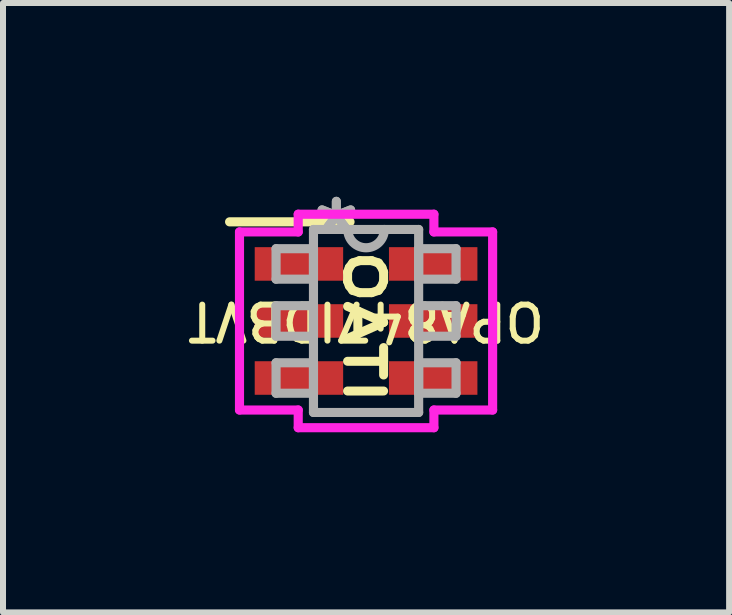
<source format=kicad_pcb>
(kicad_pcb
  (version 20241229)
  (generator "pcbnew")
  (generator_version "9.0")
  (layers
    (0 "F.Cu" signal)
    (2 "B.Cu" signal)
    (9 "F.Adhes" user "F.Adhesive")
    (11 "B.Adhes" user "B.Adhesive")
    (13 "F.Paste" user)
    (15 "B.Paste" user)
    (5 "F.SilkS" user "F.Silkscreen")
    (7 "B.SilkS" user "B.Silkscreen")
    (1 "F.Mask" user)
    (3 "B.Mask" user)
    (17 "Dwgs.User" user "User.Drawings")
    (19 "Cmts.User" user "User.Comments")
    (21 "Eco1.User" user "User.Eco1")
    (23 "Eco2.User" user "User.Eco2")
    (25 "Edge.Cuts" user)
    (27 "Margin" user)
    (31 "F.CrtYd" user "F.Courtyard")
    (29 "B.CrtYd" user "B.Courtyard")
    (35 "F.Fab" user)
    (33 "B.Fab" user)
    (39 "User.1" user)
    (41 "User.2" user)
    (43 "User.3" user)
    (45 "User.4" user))
  (footprint "OPA847IDBVT"
    (layer "F.Cu")
    (at 3.047 2.296)
    (property "Reference" "OPA847IDBVT" (at 0 0 180) (unlocked yes) (layer "F.SilkS") (effects (font (size 0.6 0.6) (thickness 0.1))))
    (attr smd)
    (fp_line (start -0.267 -1.651) (end -2.273 -1.651) (stroke (width 0.152) (type solid)) (layer "F.SilkS"))
    (fp_line (start -2.108 -1.483) (end -1.13 -1.483) (stroke (width 0.152) (type solid)) (layer "F.CrtYd"))
    (fp_line (start -2.108 1.483) (end -2.108 -1.483) (stroke (width 0.152) (type solid)) (layer "F.CrtYd"))
    (fp_line (start -1.13 -1.778) (end 1.13 -1.778) (stroke (width 0.152) (type solid)) (layer "F.CrtYd"))
    (fp_line (start -1.13 -1.483) (end -1.13 -1.778) (stroke (width 0.152) (type solid)) (layer "F.CrtYd"))
    (fp_line (start -1.13 1.483) (end -2.108 1.483) (stroke (width 0.152) (type solid)) (layer "F.CrtYd"))
    (fp_line (start -1.13 1.778) (end -1.13 1.483) (stroke (width 0.152) (type solid)) (layer "F.CrtYd"))
    (fp_line (start 1.13 -1.778) (end 1.13 -1.483) (stroke (width 0.152) (type solid)) (layer "F.CrtYd"))
    (fp_line (start 1.13 -1.483) (end 2.108 -1.483) (stroke (width 0.152) (type solid)) (layer "F.CrtYd"))
    (fp_line (start 1.13 1.483) (end 1.13 1.778) (stroke (width 0.152) (type solid)) (layer "F.CrtYd"))
    (fp_line (start 1.13 1.778) (end -1.13 1.778) (stroke (width 0.152) (type solid)) (layer "F.CrtYd"))
    (fp_line (start 2.108 -1.483) (end 2.108 1.483) (stroke (width 0.152) (type solid)) (layer "F.CrtYd"))
    (fp_line (start 2.108 1.483) (end 1.13 1.483) (stroke (width 0.152) (type solid)) (layer "F.CrtYd"))
    (fp_line (start -1.499 -1.204) (end -1.499 -0.696) (stroke (width 0.152) (type solid)) (layer "F.Fab"))
    (fp_line (start -1.499 -0.696) (end -0.876 -0.696) (stroke (width 0.152) (type solid)) (layer "F.Fab"))
    (fp_line (start -1.499 -0.254) (end -1.499 0.254) (stroke (width 0.152) (type solid)) (layer "F.Fab"))
    (fp_line (start -1.499 0.254) (end -0.876 0.254) (stroke (width 0.152) (type solid)) (layer "F.Fab"))
    (fp_line (start -1.499 0.696) (end -1.499 1.204) (stroke (width 0.152) (type solid)) (layer "F.Fab"))
    (fp_line (start -1.499 1.204) (end -0.876 1.204) (stroke (width 0.152) (type solid)) (layer "F.Fab"))
    (fp_line (start -0.876 -1.524) (end -0.876 1.524) (stroke (width 0.152) (type solid)) (layer "F.Fab"))
    (fp_line (start -0.876 -1.204) (end -1.499 -1.204) (stroke (width 0.152) (type solid)) (layer "F.Fab"))
    (fp_line (start -0.876 -0.696) (end -0.876 -1.204) (stroke (width 0.152) (type solid)) (layer "F.Fab"))
    (fp_line (start -0.876 -0.254) (end -1.499 -0.254) (stroke (width 0.152) (type solid)) (layer "F.Fab"))
    (fp_line (start -0.876 0.254) (end -0.876 -0.254) (stroke (width 0.152) (type solid)) (layer "F.Fab"))
    (fp_line (start -0.876 0.696) (end -1.499 0.696) (stroke (width 0.152) (type solid)) (layer "F.Fab"))
    (fp_line (start -0.876 1.204) (end -0.876 0.696) (stroke (width 0.152) (type solid)) (layer "F.Fab"))
    (fp_line (start -0.876 1.524) (end 0.876 1.524) (stroke (width 0.152) (type solid)) (layer "F.Fab"))
    (fp_line (start 0.876 -1.524) (end -0.876 -1.524) (stroke (width 0.152) (type solid)) (layer "F.Fab"))
    (fp_line (start 0.876 -1.204) (end 0.876 -0.696) (stroke (width 0.152) (type solid)) (layer "F.Fab"))
    (fp_line (start 0.876 -0.696) (end 1.499 -0.696) (stroke (width 0.152) (type solid)) (layer "F.Fab"))
    (fp_line (start 0.876 -0.254) (end 0.876 0.254) (stroke (width 0.152) (type solid)) (layer "F.Fab"))
    (fp_line (start 0.876 0.254) (end 1.499 0.254) (stroke (width 0.152) (type solid)) (layer "F.Fab"))
    (fp_line (start 0.876 0.696) (end 0.876 1.204) (stroke (width 0.152) (type solid)) (layer "F.Fab"))
    (fp_line (start 0.876 1.204) (end 1.499 1.204) (stroke (width 0.152) (type solid)) (layer "F.Fab"))
    (fp_line (start 0.876 1.524) (end 0.876 -1.524) (stroke (width 0.152) (type solid)) (layer "F.Fab"))
    (fp_line (start 1.499 -1.204) (end 0.876 -1.204) (stroke (width 0.152) (type solid)) (layer "F.Fab"))
    (fp_line (start 1.499 -0.696) (end 1.499 -1.204) (stroke (width 0.152) (type solid)) (layer "F.Fab"))
    (fp_line (start 1.499 -0.254) (end 0.876 -0.254) (stroke (width 0.152) (type solid)) (layer "F.Fab"))
    (fp_line (start 1.499 0.254) (end 1.499 -0.254) (stroke (width 0.152) (type solid)) (layer "F.Fab"))
    (fp_line (start 1.499 0.696) (end 0.876 0.696) (stroke (width 0.152) (type solid)) (layer "F.Fab"))
    (fp_line (start 1.499 1.204) (end 1.499 0.696) (stroke (width 0.152) (type solid)) (layer "F.Fab"))
    (fp_arc (start 0.3048 -1.524) (mid 0 -1.2192) (end -0.3048 -1.524) (stroke (width 0.1524) (type solid)) (layer "F.Fab"))
    (fp_text user "OATI" (at -0.038 0.1 270) (unlocked yes) (layer "F.SilkS") (effects (font (size 0.6 0.8) (thickness 0.15))))
    (fp_text user "*" (at -0.495 -1.448 0) (layer "F.Fab") (effects (font (size 1 1) (thickness 0.15))))
    (fp_text user "*" (at -0.495 -1.448 0) (layer "F.Fab") (effects (font (size 1 1) (thickness 0.15))))
    (pad "1" smd rect (at -1.118 -0.95) (size 1.473 0.559) (layers "F.Cu" "F.Mask" "F.Paste"))
    (pad "2" smd rect (at -1.118 0) (size 1.473 0.559) (layers "F.Cu" "F.Mask" "F.Paste"))
    (pad "3" smd rect (at -1.118 0.95) (size 1.473 0.559) (layers "F.Cu" "F.Mask" "F.Paste"))
    (pad "4" smd rect (at 1.118 0.95) (size 1.473 0.559) (layers "F.Cu" "F.Mask" "F.Paste"))
    (pad "5" smd rect (at 1.118 0) (size 1.473 0.559) (layers "F.Cu" "F.Mask" "F.Paste"))
    (pad "6" smd rect (at 1.118 -0.95) (size 1.473 0.559) (layers "F.Cu" "F.Mask" "F.Paste")))
  (gr_rect
    (start -3 -3)
    (end 9.094 7.15)
    (stroke (width 0.1) (type default))
    (fill no)
    (layer "Edge.Cuts")))
</source>
